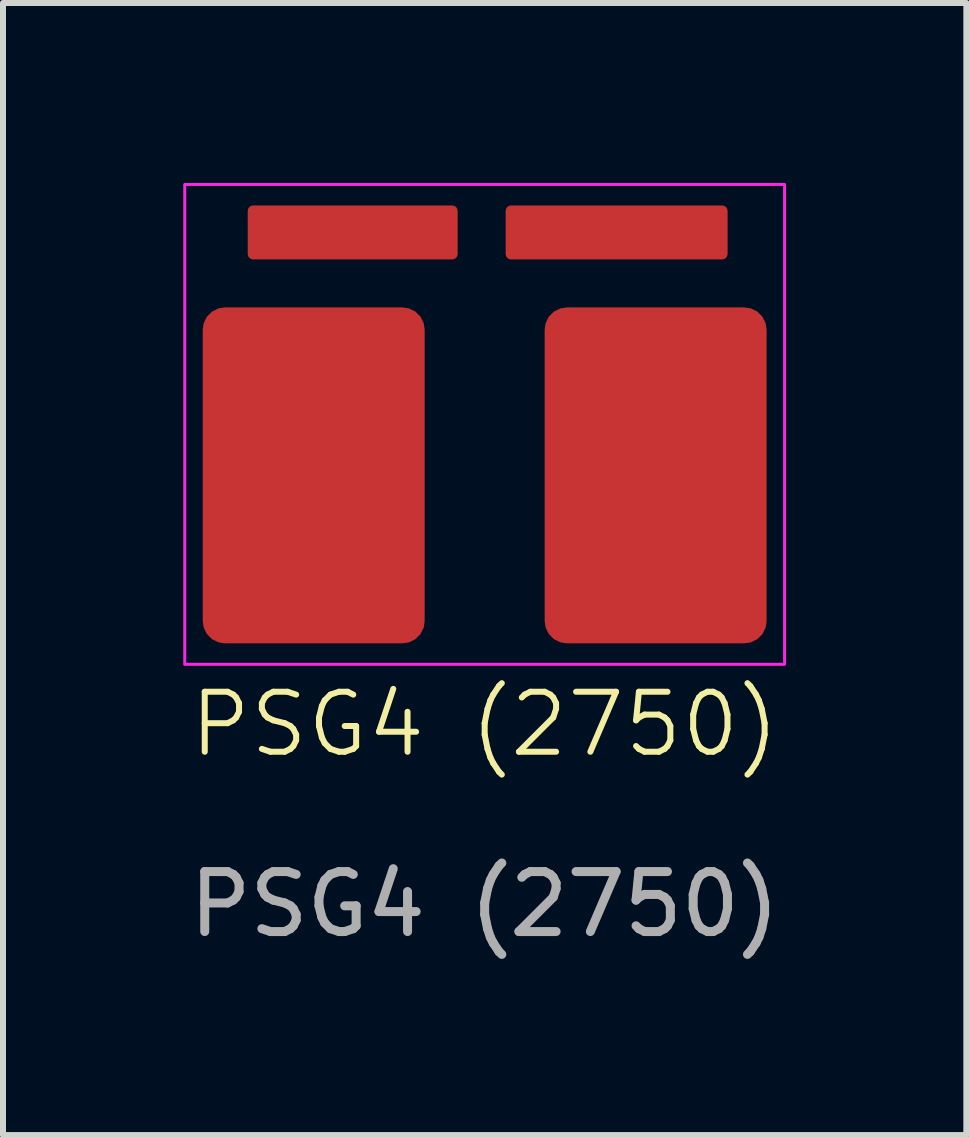
<source format=kicad_pcb>
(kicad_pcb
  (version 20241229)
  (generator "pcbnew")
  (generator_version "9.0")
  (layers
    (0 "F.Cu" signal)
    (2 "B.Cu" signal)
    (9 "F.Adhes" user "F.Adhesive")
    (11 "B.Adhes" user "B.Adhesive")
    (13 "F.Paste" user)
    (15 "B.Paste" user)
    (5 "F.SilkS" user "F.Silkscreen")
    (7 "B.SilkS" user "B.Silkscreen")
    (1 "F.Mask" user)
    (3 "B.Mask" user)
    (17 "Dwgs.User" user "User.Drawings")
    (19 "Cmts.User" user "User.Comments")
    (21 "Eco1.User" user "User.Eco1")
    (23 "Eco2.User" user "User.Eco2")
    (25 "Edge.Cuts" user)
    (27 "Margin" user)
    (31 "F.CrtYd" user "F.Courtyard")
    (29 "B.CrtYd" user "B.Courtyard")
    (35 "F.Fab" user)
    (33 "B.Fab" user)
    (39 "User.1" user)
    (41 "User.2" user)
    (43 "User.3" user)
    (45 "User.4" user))
  (footprint "PSG4 (2750)"
    (layer "F.Cu")
    (at 5.03 1.275)
    (property "Reference" "PSG4 (2750)" (at 0 7.75 0) (unlocked yes) (layer "F.SilkS") (effects (font (size 1 1) (thickness 0.1))))
    (attr smd)
    (fp_rect (start 5 -1.25) (end -5 6.75) (stroke (width 0.05) (type default)) (fill no) (layer "F.CrtYd"))
    (fp_text user "${REFERENCE}" (at 0 10.75 0) (unlocked yes) (layer "F.Fab") (effects (font (size 1 1) (thickness 0.15))))
    (pad "1" smd roundrect (at -2.85 3.6 180) (size 3.7 5.6) (layers "F.Cu" "F.Mask" "F.Paste") (roundrect_rratio 0.1))
    (pad "2" smd roundrect (at -2.2 -0.45 180) (size 3.5 0.9) (layers "F.Cu" "F.Mask" "F.Paste") (roundrect_rratio 0.1))
    (pad "3" smd roundrect (at 2.2 -0.45 180) (size 3.7 0.9) (layers "F.Cu" "F.Mask" "F.Paste") (roundrect_rratio 0.1))
    (pad "4" smd roundrect (at 2.85 3.6 180) (size 3.7 5.6) (layers "F.Cu" "F.Mask" "F.Paste") (roundrect_rratio 0.1)))
  (gr_rect
    (start -3 -3)
    (end 13.06 15.873)
    (stroke (width 0.1) (type default))
    (fill no)
    (layer "Edge.Cuts")))
</source>
